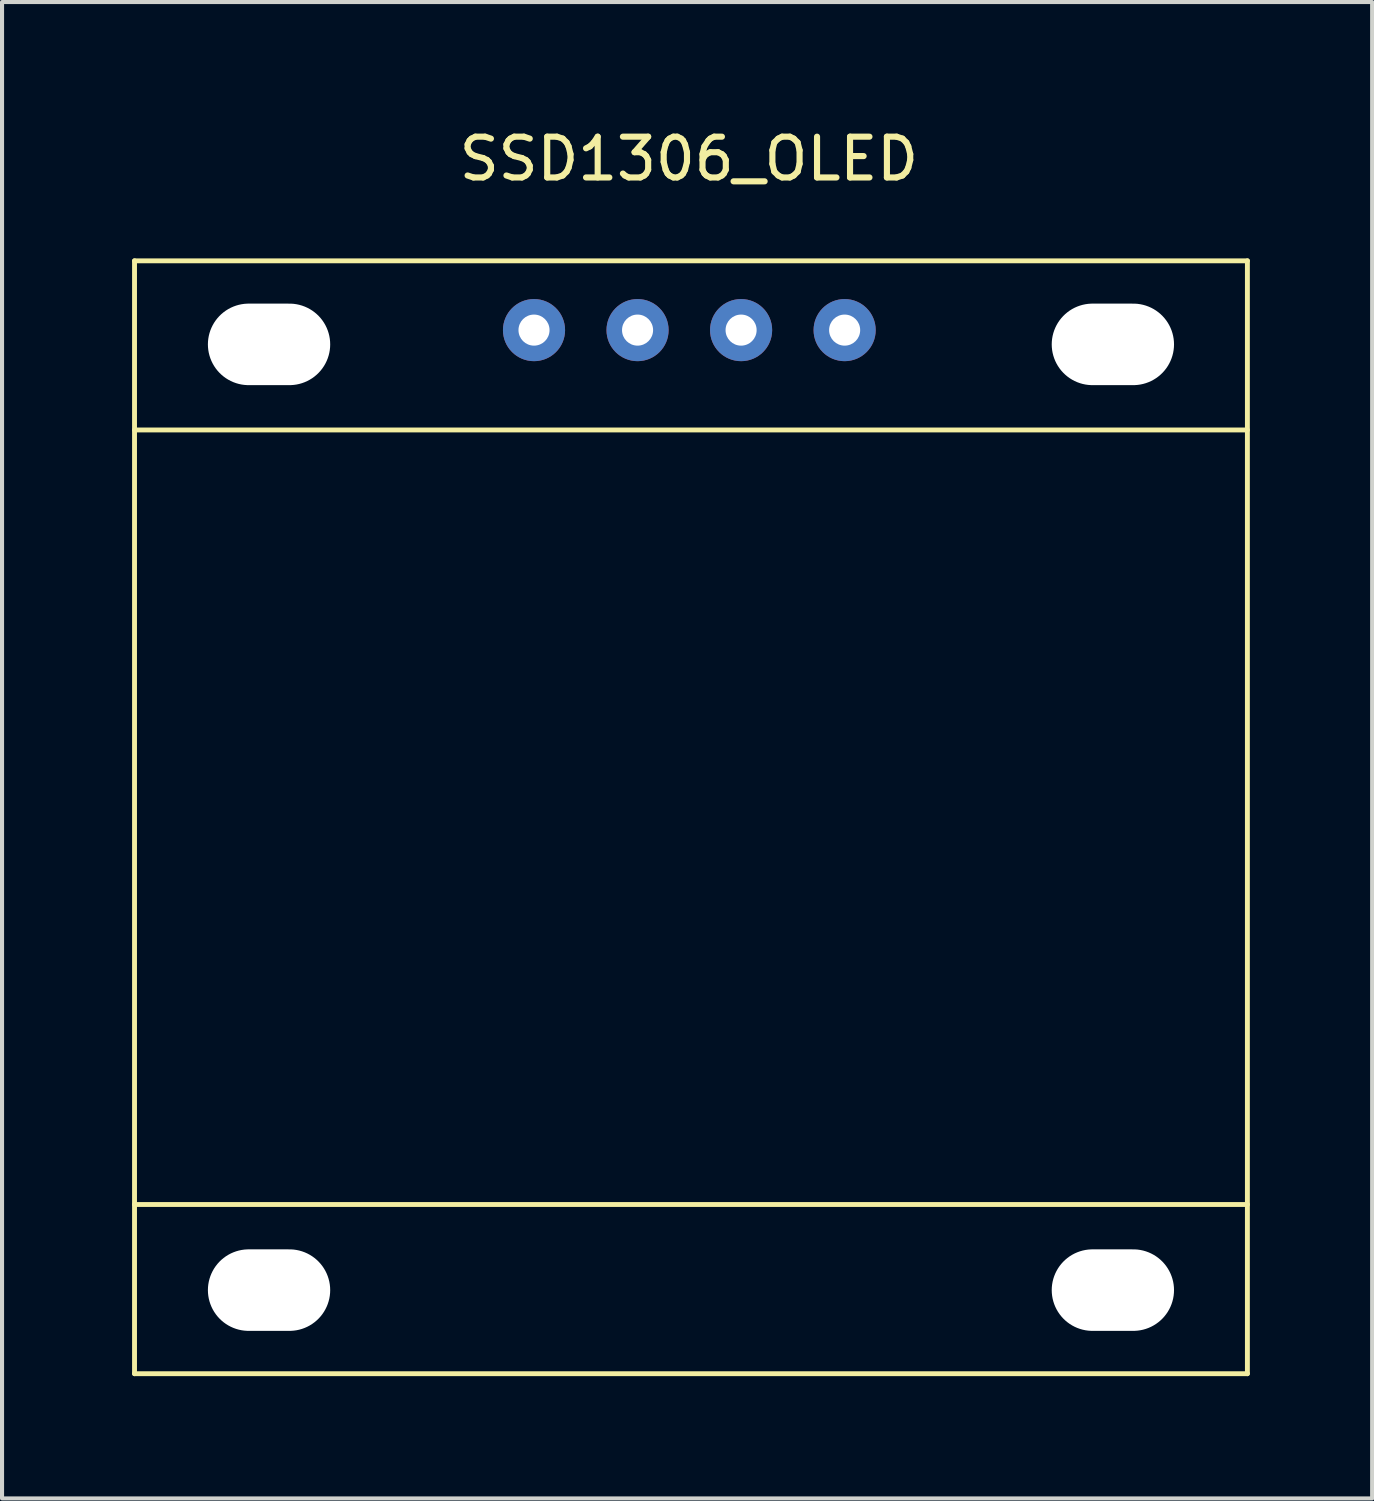
<source format=kicad_pcb>
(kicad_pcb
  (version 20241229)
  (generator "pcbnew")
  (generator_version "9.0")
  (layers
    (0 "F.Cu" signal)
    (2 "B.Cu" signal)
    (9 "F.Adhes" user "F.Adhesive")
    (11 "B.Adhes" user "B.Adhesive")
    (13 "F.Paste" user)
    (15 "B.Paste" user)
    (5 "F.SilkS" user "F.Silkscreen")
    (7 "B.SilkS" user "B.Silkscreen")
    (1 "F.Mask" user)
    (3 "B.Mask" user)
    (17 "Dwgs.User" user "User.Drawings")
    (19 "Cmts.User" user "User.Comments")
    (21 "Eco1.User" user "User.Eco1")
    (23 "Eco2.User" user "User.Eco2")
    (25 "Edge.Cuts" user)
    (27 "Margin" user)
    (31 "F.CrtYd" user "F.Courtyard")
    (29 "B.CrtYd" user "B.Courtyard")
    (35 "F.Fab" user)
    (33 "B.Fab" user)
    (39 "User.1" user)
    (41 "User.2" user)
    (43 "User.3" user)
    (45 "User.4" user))
  (footprint "SSD1306_OLED"
    (layer "F.Cu")
    (at 0.25 3.348)
    (property "Reference" "SSD1306_OLED" (at 13.6 -2.5 0) (layer "F.SilkS") (effects (font (size 1 1) (thickness 0.15))))
    (attr through_hole)
    (fp_line (start 0 0) (end 0 27.3) (stroke (width 0.12) (type solid)) (layer "F.SilkS"))
    (fp_line (start 0 0) (end 27.3 0) (stroke (width 0.12) (type solid)) (layer "F.SilkS"))
    (fp_line (start 0 4.15) (end 27.3 4.15) (stroke (width 0.12) (type solid)) (layer "F.SilkS"))
    (fp_line (start 0 23.15) (end 27.3 23.15) (stroke (width 0.12) (type solid)) (layer "F.SilkS"))
    (fp_line (start 0 27.3) (end 27.3 27.3) (stroke (width 0.12) (type solid)) (layer "F.SilkS"))
    (fp_line (start 27.3 0) (end 27.3 27.3) (stroke (width 0.12) (type solid)) (layer "F.SilkS"))
    (pad "" np_thru_hole oval (at 3.3 2.05) (size 3 2) (drill oval 3 2) (layers "*.Cu" "*.Mask"))
    (pad "" np_thru_hole oval (at 3.3 25.25) (size 3 2) (drill oval 3 2) (layers "*.Cu" "*.Mask"))
    (pad "" np_thru_hole oval (at 24 2.05) (size 3 2) (drill oval 3 2) (layers "*.Cu" "*.Mask"))
    (pad "" np_thru_hole oval (at 24 25.25) (size 3 2) (drill oval 3 2) (layers "*.Cu" "*.Mask"))
    (pad "1" thru_hole circle (at 9.8 1.7) (size 1.524 1.524) (drill 0.762) (layers "*.Cu" "*.Mask"))
    (pad "2" thru_hole circle (at 12.34 1.7) (size 1.524 1.524) (drill 0.762) (layers "*.Cu" "*.Mask"))
    (pad "3" thru_hole circle (at 14.88 1.7) (size 1.524 1.524) (drill 0.762) (layers "*.Cu" "*.Mask"))
    (pad "4" thru_hole circle (at 17.42 1.7) (size 1.524 1.524) (drill 0.762) (layers "*.Cu" "*.Mask")))
  (gr_rect
    (start -3 -3)
    (end 30.61 33.708)
    (stroke (width 0.1) (type default))
    (fill no)
    (layer "Edge.Cuts")))
</source>
